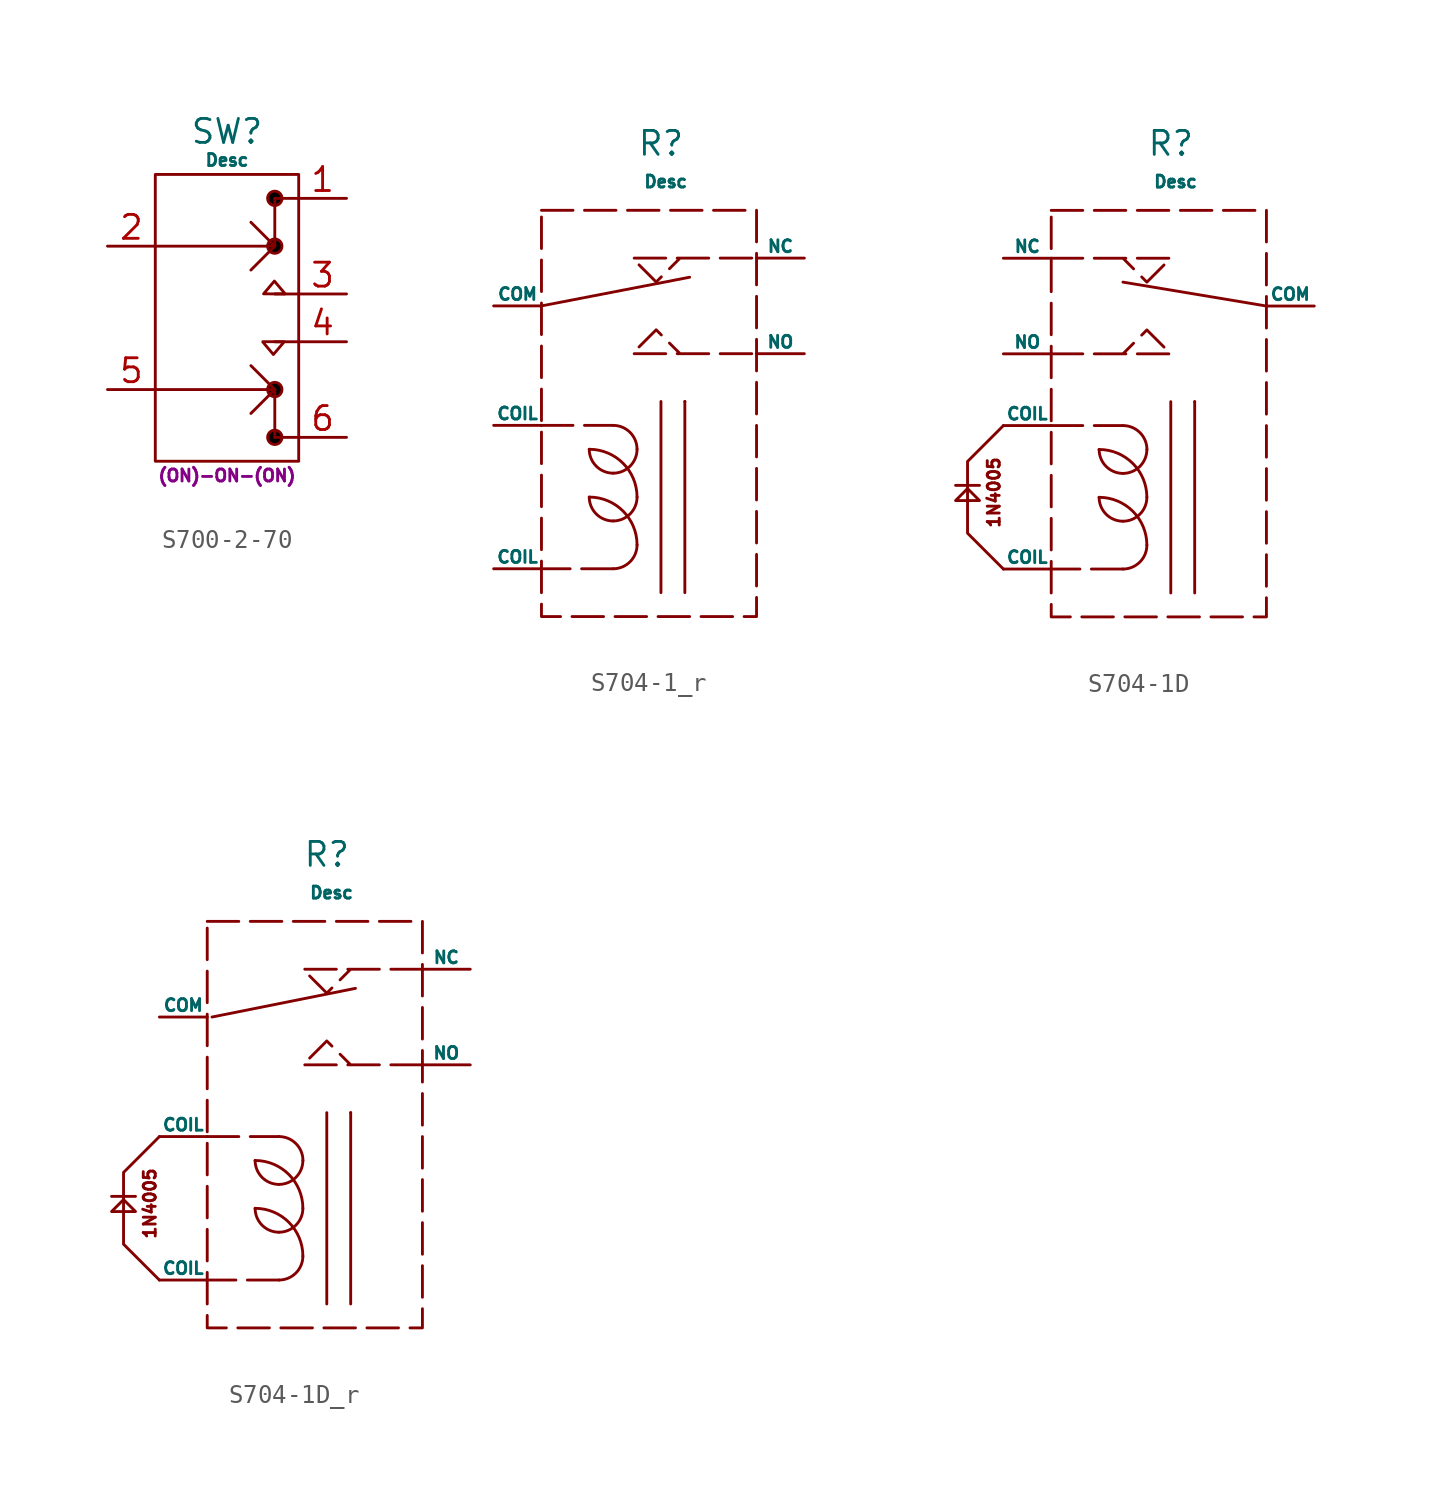
<source format=kicad_sym>
(kicad_symbol_lib
  (version 20231120)
  (generator "kicad_symbol_editor")
  (generator_version "8.0")
  (symbol "S700-2-70"
    (pin_names hide)
    (property "Reference" "SW"
      (at 0 9.906 0)
      (do_not_autoplace)
      (effects (font (size 1.27 1.27))))
    (property "Value" "Desc"
      (at 0 8.382 0)
      (do_not_autoplace)
      (effects (font (size 0.635 0.635))))
    (property "Description" "(ON)-ON-(ON)"
      (at 0 -8.382 0)
      (do_not_autoplace)
      (effects (font (size 0.635 0.635))))
    (symbol "S700-2-70_0_1"
      (rectangle (start -3.81 7.62) (end 3.81 -7.62) (stroke (width 0) (type default)) (fill (type none)))
      (polyline (pts (xy 2.54 -3.81) (xy 1.27 -5.08)) (stroke (width 0) (type default)) (fill (type none)))
      (polyline (pts (xy 2.54 -3.81) (xy 2.54 -6.35)) (stroke (width 0) (type default)) (fill (type none)))
      (polyline (pts (xy 2.54 -3.81) (xy 2.54 -3.81)) (stroke (width 0) (type default)) (fill (type none)))
      (polyline (pts (xy 2.54 3.81) (xy 1.27 2.54)) (stroke (width 0) (type default)) (fill (type none)))
      (polyline (pts (xy 2.54 3.81) (xy 2.54 6.35)) (stroke (width 0) (type default)) (fill (type none)))
      (polyline (pts (xy 3.81 -6.35) (xy 2.54 -6.35)) (stroke (width 0) (type default)) (fill (type none)))
      (polyline (pts (xy 3.81 -1.27) (xy 2.54 -1.27)) (stroke (width 0) (type default)) (fill (type none)))
      (polyline (pts (xy 3.81 1.27) (xy 2.54 1.27)) (stroke (width 0) (type default)) (fill (type none)))
      (polyline (pts (xy 3.81 6.35) (xy 2.54 6.35)) (stroke (width 0) (type default)) (fill (type none)))
      (polyline (pts (xy -3.81 -3.81) (xy 2.54 -3.81) (xy 1.27 -2.54)) (stroke (width 0) (type default)) (fill (type none)))
      (polyline (pts (xy -3.81 3.81) (xy 2.54 3.81) (xy 1.27 5.08)) (stroke (width 0) (type default)) (fill (type none)))
      (polyline (pts (xy 1.904 -1.266) (xy 3.039 -1.272) (xy 2.465 -1.949) (xy 1.904 -1.285)) (stroke (width 0) (type default)) (fill (type none)))
      (polyline (pts (xy 3.079 1.27) (xy 1.944 1.276) (xy 2.518 1.954) (xy 3.079 1.289)) (stroke (width 0) (type default)) (fill (type none)))
      (circle (center 2.54 -6.35) (radius 0.381) (stroke (width 0) (type default)) (fill (type color) (color 0 0 0 1)))
      (circle (center 2.54 -3.81) (radius 0.381) (stroke (width 0) (type default)) (fill (type color) (color 0 0 0 1)))
      (circle (center 2.54 3.81) (radius 0.381) (stroke (width 0) (type default)) (fill (type color) (color 0 0 0 1)))
      (circle (center 2.54 6.35) (radius 0.381) (stroke (width 0) (type default)) (fill (type color) (color 0 0 0 1))))
    (symbol "S700-2-70_1_1"
      (pin passive line (at 6.35 6.35 180) (length 2.54) (name "ON" (effects (font (size 1.27 1.27)))) (number "1" (effects (font (size 1.27 1.27)))))
      (pin passive line (at -6.35 3.81 0) (length 2.54) (name "IN" (effects (font (size 1.27 1.27)))) (number "2" (effects (font (size 1.27 1.27)))))
      (pin passive line (at 6.35 1.27 180) (length 2.54) (name "ON" (effects (font (size 1.27 1.27)))) (number "3" (effects (font (size 1.27 1.27)))))
      (pin passive line (at 6.35 -1.27 180) (length 2.54) (name "ON" (effects (font (size 1.27 1.27)))) (number "4" (effects (font (size 1.27 1.27)))))
      (pin passive line (at -6.35 -3.81 0) (length 2.54) (name "IN" (effects (font (size 1.27 1.27)))) (number "5" (effects (font (size 1.27 1.27)))))
      (pin passive line (at 6.35 -6.35 180) (length 2.54) (name "ON" (effects (font (size 1.27 1.27)))) (number "6" (effects (font (size 1.27 1.27)))))))
  (symbol "S704-1_r"
    (pin_numbers hide)
    (pin_names
      (offset 0))
    (property "Reference" "R"
      (at 0 16.256 0)
      (do_not_autoplace)
      (effects (font (size 1.27 1.27))))
    (property "Value" "Desc"
      (at 0.254 14.224 0)
      (do_not_autoplace)
      (effects (font (size 0.635 0.635))))
    (symbol "S704-1_r_0_1"
      (arc (start -3.81 -2.54) (mid -3.438 -3.438) (end -2.54 -3.81) (stroke (width 0) (type default)) (fill (type none)))
      (arc (start -3.81 0) (mid -3.438 -0.898) (end -2.54 -1.27) (stroke (width 0) (type default)) (fill (type none)))
      (arc (start -2.54 -6.35) (mid -1.642 -5.978) (end -1.27 -5.08) (stroke (width 0) (type default)) (fill (type none)))
      (arc (start -2.54 -3.81) (mid -1.642 -3.438) (end -1.27 -2.54) (stroke (width 0) (type default)) (fill (type none)))
      (arc (start -2.54 -1.27) (mid -1.642 -0.898) (end -1.27 0) (stroke (width 0) (type default)) (fill (type none)))
      (arc (start -1.27 -5.08) (mid -2.0139 -3.2839) (end -3.81 -2.54) (stroke (width 0) (type default)) (fill (type none)))
      (arc (start -1.27 -2.54) (mid -2.0139 -0.7439) (end -3.81 0) (stroke (width 0) (type default)) (fill (type none)))
      (arc (start -1.27 0) (mid -1.642 0.898) (end -2.54 1.27) (stroke (width 0) (type default)) (fill (type none)))
      (polyline (pts (xy -6.35 7.62) (xy 1.524 9.144)) (stroke (width 0) (type default)) (fill (type none)))
      (polyline (pts (xy 0 2.54) (xy 0 -7.62)) (stroke (width 0) (type default)) (fill (type none)))
      (polyline (pts (xy 1.27 2.54) (xy 1.27 -7.62)) (stroke (width 0) (type default)) (fill (type none)))
      (polyline (pts (xy 1.27 2.54) (xy 1.27 2.54)) (stroke (width 0) (type default)) (fill (type none))))
    (symbol "S704-1_r_1_1"
      (rectangle (start -6.35 12.7) (end 5.08 -8.89) (stroke (width 0) (type dash)) (fill (type none)))
      (polyline (pts (xy -6.35 1.27) (xy -2.54 1.27)) (stroke (width 0) (type default)) (fill (type none)))
      (polyline (pts (xy -2.54 -6.35) (xy -6.35 -6.35)) (stroke (width 0) (type default)) (fill (type none)))
      (polyline (pts (xy 4.826 5.08) (xy -1.524 5.08) (xy -0.254 6.35) (xy 1.016 5.08)) (stroke (width 0) (type default)) (fill (type none)))
      (polyline (pts (xy 4.826 10.16) (xy -1.524 10.16) (xy -0.254 8.89) (xy 1.016 10.16)) (stroke (width 0) (type default)) (fill (type none)))
      (pin passive line (at -8.89 -6.35 0) (length 2.54) (name "COIL" (effects (font (size 0.635 0.635)))) (number "" (effects (font (size 1.27 1.27)))))
      (pin passive line (at -8.89 1.27 0) (length 2.54) (name "COIL" (effects (font (size 0.635 0.635)))) (number "" (effects (font (size 1.27 1.27)))))
      (pin passive line (at -8.89 7.62 0) (length 2.54) (name "COM" (effects (font (size 0.635 0.635)))) (number "" (effects (font (size 1.27 1.27)))))
      (pin passive line (at 7.62 10.16 180) (length 2.54) (name "NC" (effects (font (size 0.635 0.635)))) (number "" (effects (font (size 1.27 1.27)))))
      (pin passive line (at 7.62 5.08 180) (length 2.54) (name "NO" (effects (font (size 0.635 0.635)))) (number "" (effects (font (size 1.27 1.27)))))))
  (symbol "S704-1D"
    (pin_numbers hide)
    (pin_names
      (offset 0))
    (property "Reference" "R"
      (at 0 16.256 0)
      (do_not_autoplace)
      (effects (font (size 1.27 1.27))))
    (property "Value" "Desc"
      (at 0.254 14.224 0)
      (do_not_autoplace)
      (effects (font (size 0.635 0.635))))
    (symbol "S704-1D_0_1"
      (arc (start -3.81 -2.54) (mid -3.438 -3.438) (end -2.54 -3.81) (stroke (width 0) (type default)) (fill (type none)))
      (arc (start -3.81 0) (mid -3.438 -0.898) (end -2.54 -1.27) (stroke (width 0) (type default)) (fill (type none)))
      (arc (start -2.54 -6.35) (mid -1.642 -5.978) (end -1.27 -5.08) (stroke (width 0) (type default)) (fill (type none)))
      (arc (start -2.54 -3.81) (mid -1.642 -3.438) (end -1.27 -2.54) (stroke (width 0) (type default)) (fill (type none)))
      (arc (start -2.54 -1.27) (mid -1.642 -0.898) (end -1.27 0) (stroke (width 0) (type default)) (fill (type none)))
      (arc (start -1.27 -5.08) (mid -2.0139 -3.2839) (end -3.81 -2.54) (stroke (width 0) (type default)) (fill (type none)))
      (arc (start -1.27 -2.54) (mid -2.0139 -0.7439) (end -3.81 0) (stroke (width 0) (type default)) (fill (type none)))
      (arc (start -1.27 0) (mid -1.642 0.898) (end -2.54 1.27) (stroke (width 0) (type default)) (fill (type none)))
      (polyline (pts (xy -11.43 -1.905) (xy -10.16 -1.905)) (stroke (width 0) (type default)) (fill (type none)))
      (polyline (pts (xy 0 2.54) (xy 0 -7.62)) (stroke (width 0) (type default)) (fill (type none)))
      (polyline (pts (xy 1.27 2.54) (xy 1.27 -7.62)) (stroke (width 0) (type default)) (fill (type none)))
      (polyline (pts (xy 1.27 2.54) (xy 1.27 2.54)) (stroke (width 0) (type default)) (fill (type none)))
      (polyline (pts (xy 5.08 7.62) (xy -2.54 8.89)) (stroke (width 0) (type default)) (fill (type none)))
      (polyline (pts (xy -10.795 -2.076) (xy -10.16 -2.711) (xy -11.43 -2.711) (xy -10.795 -2.076)) (stroke (width 0) (type default)) (fill (type none)))
      (polyline (pts (xy -8.89 -6.35) (xy -10.795 -4.445) (xy -10.795 -0.635) (xy -8.89 1.27)) (stroke (width 0) (type default)) (fill (type none))))
    (symbol "S704-1D_1_1"
      (rectangle (start -6.35 12.7) (end 5.08 -8.89) (stroke (width 0) (type dash)) (fill (type none)))
      (polyline (pts (xy -6.35 1.27) (xy -2.54 1.27)) (stroke (width 0) (type default)) (fill (type none)))
      (polyline (pts (xy -2.54 -6.35) (xy -6.35 -6.35)) (stroke (width 0) (type default)) (fill (type none)))
      (polyline (pts (xy -6.35 5.08) (xy 0 5.08) (xy -1.27 6.35) (xy -2.54 5.08)) (stroke (width 0) (type default)) (fill (type none)))
      (polyline (pts (xy -6.35 10.16) (xy 0 10.16) (xy -1.27 8.89) (xy -2.54 10.16)) (stroke (width 0) (type default)) (fill (type none)))
      (text "1N4005" (at -9.398 -2.286 900) (effects (font (size 0.635 0.635))))
      (pin passive line (at -8.89 -6.35 0) (length 2.54) (name "COIL" (effects (font (size 0.635 0.635)))) (number "" (effects (font (size 1.27 1.27)))))
      (pin passive line (at -8.89 1.27 0) (length 2.54) (name "COIL" (effects (font (size 0.635 0.635)))) (number "" (effects (font (size 1.27 1.27)))))
      (pin passive line (at 7.62 7.62 180) (length 2.54) (name "COM" (effects (font (size 0.635 0.635)))) (number "" (effects (font (size 1.27 1.27)))))
      (pin passive line (at -8.89 10.16 0) (length 2.54) (name "NC" (effects (font (size 0.635 0.635)))) (number "" (effects (font (size 1.27 1.27)))))
      (pin passive line (at -8.89 5.08 0) (length 2.54) (name "NO" (effects (font (size 0.635 0.635)))) (number "" (effects (font (size 1.27 1.27)))))))
  (symbol "S704-1D_r"
    (pin_numbers hide)
    (pin_names
      (offset 0))
    (property "Reference" "R"
      (at 0 16.256 0)
      (do_not_autoplace)
      (effects (font (size 1.27 1.27))))
    (property "Value" "Desc"
      (at 0.254 14.224 0)
      (do_not_autoplace)
      (effects (font (size 0.635 0.635))))
    (symbol "S704-1D_r_0_1"
      (arc (start -3.81 -2.54) (mid -3.438 -3.438) (end -2.54 -3.81) (stroke (width 0) (type default)) (fill (type none)))
      (arc (start -3.81 0) (mid -3.438 -0.898) (end -2.54 -1.27) (stroke (width 0) (type default)) (fill (type none)))
      (arc (start -2.54 -6.35) (mid -1.642 -5.978) (end -1.27 -5.08) (stroke (width 0) (type default)) (fill (type none)))
      (arc (start -2.54 -3.81) (mid -1.642 -3.438) (end -1.27 -2.54) (stroke (width 0) (type default)) (fill (type none)))
      (arc (start -2.54 -1.27) (mid -1.642 -0.898) (end -1.27 0) (stroke (width 0) (type default)) (fill (type none)))
      (arc (start -1.27 -5.08) (mid -2.0139 -3.2839) (end -3.81 -2.54) (stroke (width 0) (type default)) (fill (type none)))
      (arc (start -1.27 -2.54) (mid -2.0139 -0.7439) (end -3.81 0) (stroke (width 0) (type default)) (fill (type none)))
      (arc (start -1.27 0) (mid -1.642 0.898) (end -2.54 1.27) (stroke (width 0) (type default)) (fill (type none)))
      (polyline (pts (xy -11.43 -1.905) (xy -10.16 -1.905)) (stroke (width 0) (type default)) (fill (type none)))
      (polyline (pts (xy -6.096 7.62) (xy 1.524 9.144)) (stroke (width 0) (type default)) (fill (type none)))
      (polyline (pts (xy 0 2.54) (xy 0 -7.62)) (stroke (width 0) (type default)) (fill (type none)))
      (polyline (pts (xy 1.27 2.54) (xy 1.27 -7.62)) (stroke (width 0) (type default)) (fill (type none)))
      (polyline (pts (xy 1.27 2.54) (xy 1.27 2.54)) (stroke (width 0) (type default)) (fill (type none)))
      (polyline (pts (xy -10.795 -2.076) (xy -10.16 -2.711) (xy -11.43 -2.711) (xy -10.795 -2.076)) (stroke (width 0) (type default)) (fill (type none)))
      (polyline (pts (xy -8.89 -6.35) (xy -10.795 -4.445) (xy -10.795 -0.635) (xy -8.89 1.27)) (stroke (width 0) (type default)) (fill (type none))))
    (symbol "S704-1D_r_1_1"
      (rectangle (start -6.35 12.7) (end 5.08 -8.89) (stroke (width 0) (type dash)) (fill (type none)))
      (polyline (pts (xy -6.35 1.27) (xy -2.54 1.27)) (stroke (width 0) (type default)) (fill (type none)))
      (polyline (pts (xy -2.54 -6.35) (xy -6.35 -6.35)) (stroke (width 0) (type default)) (fill (type none)))
      (polyline (pts (xy 5.08 5.08) (xy -1.27 5.08) (xy 0 6.35) (xy 1.27 5.08)) (stroke (width 0) (type default)) (fill (type none)))
      (polyline (pts (xy 5.08 10.16) (xy -1.27 10.16) (xy 0 8.89) (xy 1.27 10.16)) (stroke (width 0) (type default)) (fill (type none)))
      (text "1N4005" (at -9.398 -2.286 900) (effects (font (size 0.635 0.635))))
      (pin passive line (at -8.89 -6.35 0) (length 2.54) (name "COIL" (effects (font (size 0.635 0.635)))) (number "" (effects (font (size 1.27 1.27)))))
      (pin passive line (at -8.89 1.27 0) (length 2.54) (name "COIL" (effects (font (size 0.635 0.635)))) (number "" (effects (font (size 1.27 1.27)))))
      (pin passive line (at -8.89 7.62 0) (length 2.54) (name "COM" (effects (font (size 0.635 0.635)))) (number "" (effects (font (size 1.27 1.27)))))
      (pin passive line (at 7.62 10.16 180) (length 2.54) (name "NC" (effects (font (size 0.635 0.635)))) (number "" (effects (font (size 1.27 1.27)))))
      (pin passive line (at 7.62 5.08 180) (length 2.54) (name "NO" (effects (font (size 0.635 0.635)))) (number "" (effects (font (size 1.27 1.27))))))))
</source>
